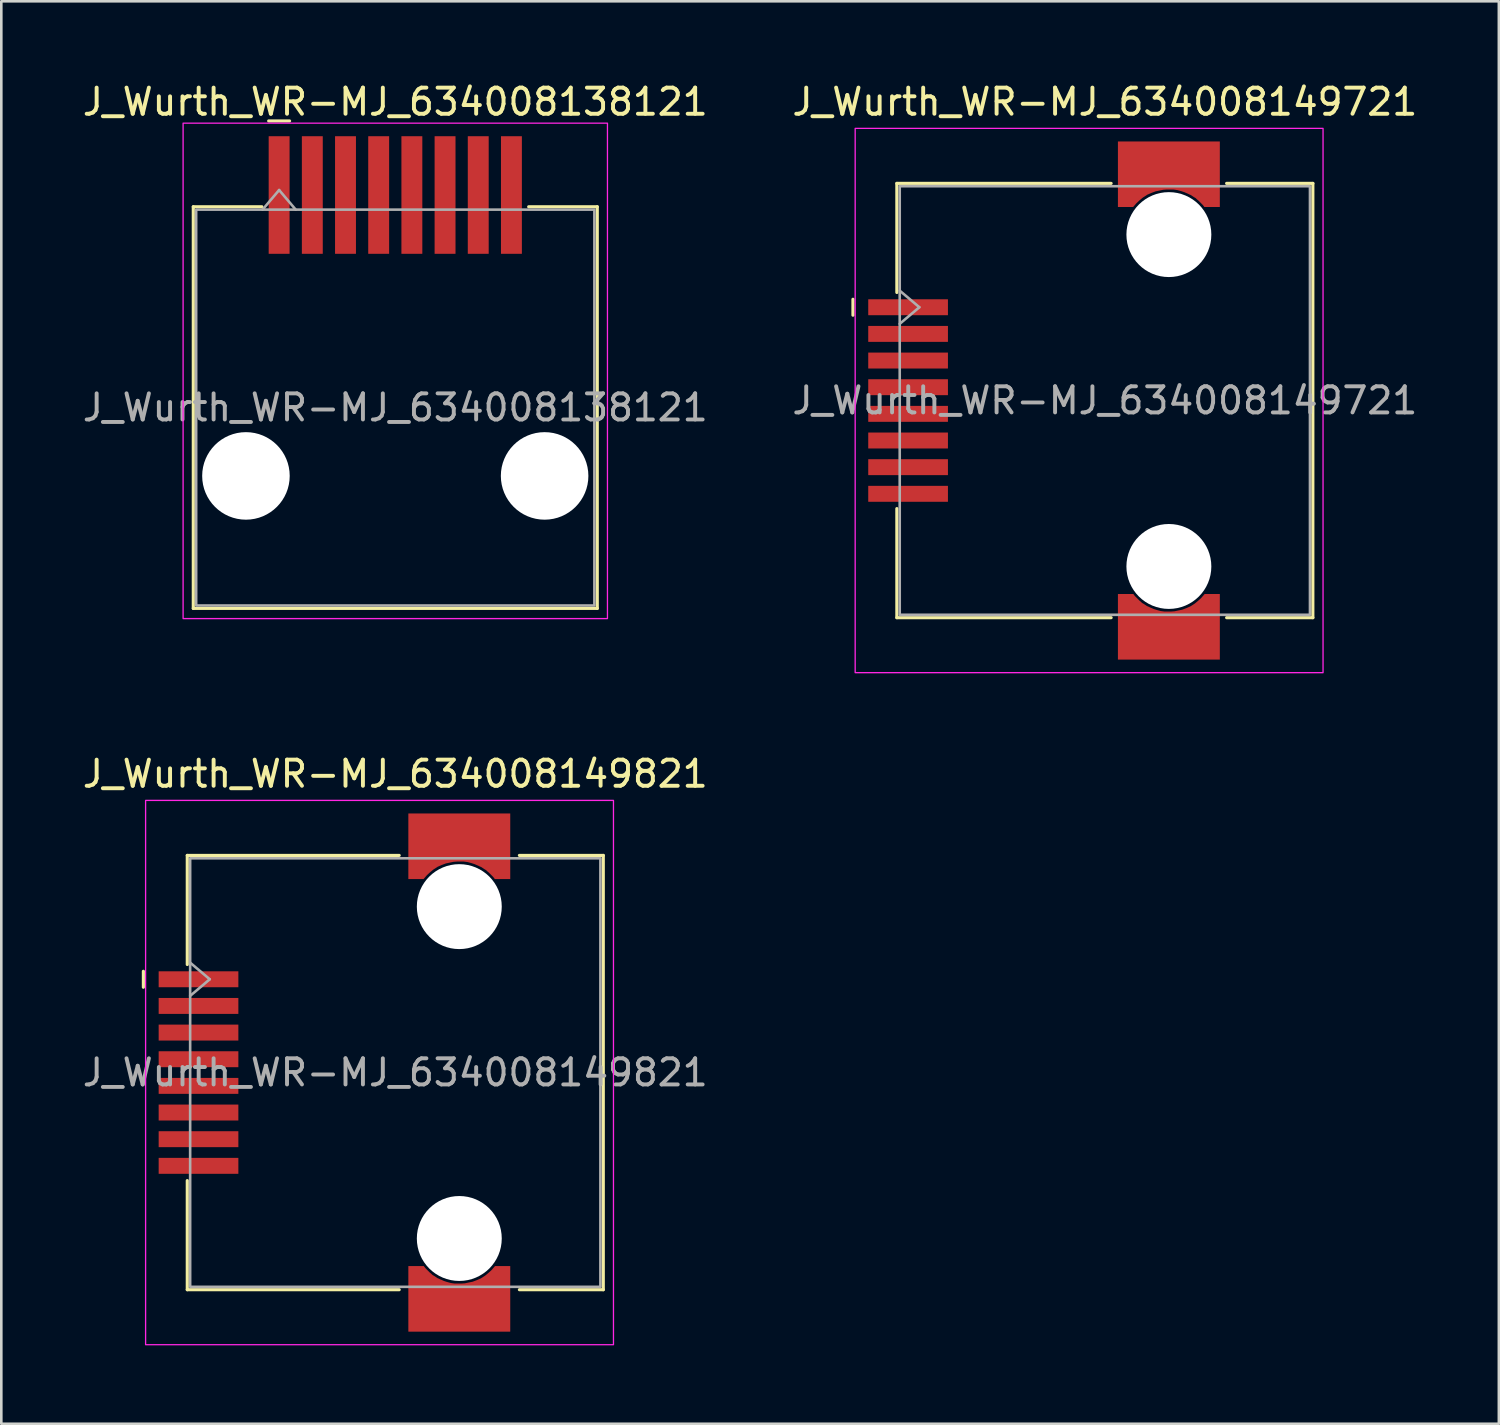
<source format=kicad_pcb>
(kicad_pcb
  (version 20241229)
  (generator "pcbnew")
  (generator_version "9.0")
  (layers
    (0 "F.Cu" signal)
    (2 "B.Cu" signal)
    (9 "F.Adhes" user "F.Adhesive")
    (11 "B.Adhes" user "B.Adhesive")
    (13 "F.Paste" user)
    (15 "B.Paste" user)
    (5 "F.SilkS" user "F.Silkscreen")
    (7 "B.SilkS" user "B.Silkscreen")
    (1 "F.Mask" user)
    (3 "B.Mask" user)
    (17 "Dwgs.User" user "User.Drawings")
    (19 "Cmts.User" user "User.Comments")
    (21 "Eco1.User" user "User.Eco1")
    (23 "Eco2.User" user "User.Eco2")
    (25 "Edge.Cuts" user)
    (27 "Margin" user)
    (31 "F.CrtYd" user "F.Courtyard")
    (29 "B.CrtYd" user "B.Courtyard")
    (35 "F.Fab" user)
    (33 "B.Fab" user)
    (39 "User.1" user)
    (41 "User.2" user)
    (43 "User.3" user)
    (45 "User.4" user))
  (footprint "J_Wurth_WR-MJ_634008149821"
    (layer "F.Cu")
    (at 12.077 37.996)
    (property "Reference" "J_Wurth_WR-MJ_634008149821" (at 0 -11.43 0) (unlocked yes) (layer "F.SilkS") (effects (font (size 1 1) (thickness 0.15))))
    (attr smd)
    (fp_line (start -9.64 -3.875) (end -9.64 -3.265) (stroke (width 0.12) (type solid)) (layer "F.SilkS"))
    (fp_line (start -7.96 -4.135) (end -7.96 -8.31) (stroke (width 0.12) (type solid)) (layer "F.SilkS"))
    (fp_line (start -7.96 4.135) (end -7.96 8.31) (stroke (width 0.12) (type solid)) (layer "F.SilkS"))
    (fp_line (start 0.15 -8.31) (end -7.96 -8.31) (stroke (width 0.12) (type solid)) (layer "F.SilkS"))
    (fp_line (start 0.15 8.31) (end -7.96 8.31) (stroke (width 0.12) (type solid)) (layer "F.SilkS"))
    (fp_line (start 4.75 -8.31) (end 7.96 -8.31) (stroke (width 0.12) (type solid)) (layer "F.SilkS"))
    (fp_line (start 4.75 8.31) (end 7.96 8.31) (stroke (width 0.12) (type solid)) (layer "F.SilkS"))
    (fp_line (start 7.96 -8.31) (end 7.96 8.31) (stroke (width 0.12) (type solid)) (layer "F.SilkS"))
    (fp_rect (start -9.555 -10.415) (end 8.35 10.415) (stroke (width 0.05) (type solid)) (fill no) (layer "F.CrtYd"))
    (fp_line (start -7.1 -3.57) (end -7.85 -4.205) (stroke (width 0.1) (type solid)) (layer "F.Fab"))
    (fp_line (start -7.1 -3.57) (end -7.85 -2.935) (stroke (width 0.1) (type solid)) (layer "F.Fab"))
    (fp_rect (start -7.85 -8.2) (end 7.85 8.2) (stroke (width 0.1) (type solid)) (fill no) (layer "F.Fab"))
    (fp_text user "${REFERENCE}" (at 0 0 0) (unlocked yes) (layer "F.Fab") (effects (font (size 1 1) (thickness 0.15))))
    (pad "" np_thru_hole circle (at 2.45 -6.35 90) (size 3.25 3.25) (drill 3.25) (layers "*.Cu" "*.Mask"))
    (pad "" np_thru_hole circle (at 2.45 6.35 90) (size 3.25 3.25) (drill 3.25) (layers "*.Cu" "*.Mask"))
    (pad "1" smd rect (at -7.53 -3.57 90) (size 0.61 3.05) (layers "F.Cu" "F.Mask" "F.Paste"))
    (pad "2" smd rect (at -7.53 -2.55 90) (size 0.61 3.05) (layers "F.Cu" "F.Mask" "F.Paste"))
    (pad "3" smd rect (at -7.53 -1.53 90) (size 0.61 3.05) (layers "F.Cu" "F.Mask" "F.Paste"))
    (pad "4" smd rect (at -7.53 -0.51 90) (size 0.61 3.05) (layers "F.Cu" "F.Mask" "F.Paste"))
    (pad "5" smd rect (at -7.53 0.51 90) (size 0.61 3.05) (layers "F.Cu" "F.Mask" "F.Paste"))
    (pad "6" smd rect (at -7.53 1.53 90) (size 0.61 3.05) (layers "F.Cu" "F.Mask" "F.Paste"))
    (pad "7" smd rect (at -7.53 2.55 90) (size 0.61 3.05) (layers "F.Cu" "F.Mask" "F.Paste"))
    (pad "8" smd rect (at -7.53 3.57 90) (size 0.61 3.05) (layers "F.Cu" "F.Mask" "F.Paste"))
    (pad "S1" smd custom (at 2.45 9 90) (size 1 3.89) (layers "F.Cu" "F.Mask" "F.Paste") (options (anchor rect)) (primitives (gr_poly (pts (xy 1.59 1.37) (xy 1.59 1.945) (xy -0.91 1.945) (xy -0.91 -1.945) (xy 1.59 -1.945) (xy 1.59 -1.36) (xy 1.56 -1.34) (xy 1.51 -1.3) (xy 1.34 -1.13) (xy 1.3 -1.08) (xy 1.25 -1.03) (xy 1.21 -0.96) (xy 1.13 -0.84) (xy 1.11 -0.79) (xy 1.08 -0.73) (xy 1.06 -0.68) (xy 1.02 -0.59) (xy 0.99 -0.5) (xy 0.97 -0.43) (xy 0.94 -0.32) (xy 0.92 -0.17) (xy 0.92 0.08) (xy 0.93 0.22) (xy 0.96 0.36) (xy 0.99 0.51) (xy 1.05 0.67) (xy 1.12 0.83) (xy 1.23 1) (xy 1.33 1.12) (xy 1.44 1.24)) (width 0.01) (fill yes))))
    (pad "S2" smd custom (at 2.45 -9 90) (size 1 3.89) (layers "F.Cu" "F.Mask" "F.Paste") (options (anchor rect)) (primitives (gr_poly (pts (xy -1.59 -1.37) (xy -1.59 -1.945) (xy 0.91 -1.945) (xy 0.91 1.945) (xy -1.59 1.945) (xy -1.59 1.36) (xy -1.56 1.34) (xy -1.51 1.3) (xy -1.34 1.13) (xy -1.3 1.08) (xy -1.25 1.03) (xy -1.21 0.96) (xy -1.13 0.84) (xy -1.11 0.79) (xy -1.08 0.73) (xy -1.06 0.68) (xy -1.02 0.59) (xy -0.99 0.5) (xy -0.97 0.43) (xy -0.94 0.32) (xy -0.92 0.17) (xy -0.92 -0.08) (xy -0.93 -0.22) (xy -0.96 -0.36) (xy -0.99 -0.51) (xy -1.05 -0.67) (xy -1.12 -0.83) (xy -1.23 -1) (xy -1.33 -1.12) (xy -1.44 -1.24)) (width 0.01) (fill yes)))))
  (footprint "J_Wurth_WR-MJ_634008138121"
    (layer "F.Cu")
    (at 12.077 12.548)
    (property "Reference" "J_Wurth_WR-MJ_634008138121" (at 0 -11.7 0) (unlocked yes) (layer "F.SilkS") (effects (font (size 1 1) (thickness 0.15))))
    (attr smd)
    (fp_line (start -7.73 -7.685) (end -7.73 7.685) (stroke (width 0.12) (type solid)) (layer "F.SilkS"))
    (fp_line (start -5.105 -7.685) (end -7.73 -7.685) (stroke (width 0.12) (type solid)) (layer "F.SilkS"))
    (fp_line (start -4.045 -10.97) (end -4.845 -10.97) (stroke (width 0.12) (type solid)) (layer "F.SilkS"))
    (fp_line (start 5.105 -7.685) (end 7.73 -7.685) (stroke (width 0.12) (type solid)) (layer "F.SilkS"))
    (fp_line (start 7.73 7.685) (end -7.73 7.685) (stroke (width 0.12) (type solid)) (layer "F.SilkS"))
    (fp_line (start 7.73 7.685) (end 7.73 -7.685) (stroke (width 0.12) (type solid)) (layer "F.SilkS"))
    (fp_rect (start -8.12 -10.885) (end 8.12 8.075) (stroke (width 0.05) (type solid)) (fill no) (layer "F.CrtYd"))
    (fp_line (start -4.445 -8.325) (end -5.08 -7.575) (stroke (width 0.1) (type solid)) (layer "F.Fab"))
    (fp_line (start -4.445 -8.325) (end -3.81 -7.575) (stroke (width 0.1) (type solid)) (layer "F.Fab"))
    (fp_rect (start -7.62 -7.575) (end 7.62 7.575) (stroke (width 0.1) (type solid)) (fill no) (layer "F.Fab"))
    (fp_text user "${REFERENCE}" (at 0 0 0) (unlocked yes) (layer "F.Fab") (effects (font (size 1 1) (thickness 0.15))))
    (pad "" np_thru_hole circle (at -5.715 2.615 180) (size 3.35 3.35) (drill 3.35) (layers "*.Cu" "*.Mask"))
    (pad "" np_thru_hole circle (at 5.715 2.615 180) (size 3.35 3.35) (drill 3.35) (layers "*.Cu" "*.Mask"))
    (pad "1" smd rect (at -4.445 -8.135 180) (size 0.8 4.5) (layers "F.Cu" "F.Mask" "F.Paste"))
    (pad "2" smd rect (at -3.175 -8.135 180) (size 0.8 4.5) (layers "F.Cu" "F.Mask" "F.Paste"))
    (pad "3" smd rect (at -1.905 -8.135 180) (size 0.8 4.5) (layers "F.Cu" "F.Mask" "F.Paste"))
    (pad "4" smd rect (at -0.635 -8.135 180) (size 0.8 4.5) (layers "F.Cu" "F.Mask" "F.Paste"))
    (pad "5" smd rect (at 0.635 -8.135 180) (size 0.8 4.5) (layers "F.Cu" "F.Mask" "F.Paste"))
    (pad "6" smd rect (at 1.905 -8.135 180) (size 0.8 4.5) (layers "F.Cu" "F.Mask" "F.Paste"))
    (pad "7" smd rect (at 3.175 -8.135 180) (size 0.8 4.5) (layers "F.Cu" "F.Mask" "F.Paste"))
    (pad "8" smd rect (at 4.445 -8.135 180) (size 0.8 4.5) (layers "F.Cu" "F.Mask" "F.Paste")))
  (footprint "J_Wurth_WR-MJ_634008149721"
    (layer "F.Cu")
    (at 39.232 12.278)
    (property "Reference" "J_Wurth_WR-MJ_634008149721" (at 0 -11.43 0) (unlocked yes) (layer "F.SilkS") (effects (font (size 1 1) (thickness 0.15))))
    (attr smd)
    (fp_line (start -9.64 -3.875) (end -9.64 -3.265) (stroke (width 0.12) (type solid)) (layer "F.SilkS"))
    (fp_line (start -7.96 -4.135) (end -7.96 -8.31) (stroke (width 0.12) (type solid)) (layer "F.SilkS"))
    (fp_line (start -7.96 4.135) (end -7.96 8.31) (stroke (width 0.12) (type solid)) (layer "F.SilkS"))
    (fp_line (start 0.24 -8.31) (end -7.96 -8.31) (stroke (width 0.12) (type solid)) (layer "F.SilkS"))
    (fp_line (start 0.24 8.31) (end -7.96 8.31) (stroke (width 0.12) (type solid)) (layer "F.SilkS"))
    (fp_line (start 4.66 -8.31) (end 7.96 -8.31) (stroke (width 0.12) (type solid)) (layer "F.SilkS"))
    (fp_line (start 4.66 8.31) (end 7.96 8.31) (stroke (width 0.12) (type solid)) (layer "F.SilkS"))
    (fp_line (start 7.96 -8.31) (end 7.96 8.31) (stroke (width 0.12) (type solid)) (layer "F.SilkS"))
    (fp_rect (start -9.555 -10.415) (end 8.35 10.415) (stroke (width 0.05) (type solid)) (fill no) (layer "F.CrtYd"))
    (fp_line (start -7.1 -3.57) (end -7.85 -4.205) (stroke (width 0.1) (type solid)) (layer "F.Fab"))
    (fp_line (start -7.1 -3.57) (end -7.85 -2.935) (stroke (width 0.1) (type solid)) (layer "F.Fab"))
    (fp_rect (start -7.85 -8.2) (end 7.85 8.2) (stroke (width 0.1) (type solid)) (fill no) (layer "F.Fab"))
    (fp_text user "${REFERENCE}" (at 0 0 0) (unlocked yes) (layer "F.Fab") (effects (font (size 1 1) (thickness 0.15))))
    (pad "" np_thru_hole circle (at 2.45 -6.35 90) (size 3.25 3.25) (drill 3.25) (layers "*.Cu" "*.Mask"))
    (pad "" np_thru_hole circle (at 2.45 6.35 90) (size 3.25 3.25) (drill 3.25) (layers "*.Cu" "*.Mask"))
    (pad "1" smd rect (at -7.53 -3.57 90) (size 0.61 3.05) (layers "F.Cu" "F.Mask" "F.Paste"))
    (pad "2" smd rect (at -7.53 -2.55 90) (size 0.61 3.05) (layers "F.Cu" "F.Mask" "F.Paste"))
    (pad "3" smd rect (at -7.53 -1.53 90) (size 0.61 3.05) (layers "F.Cu" "F.Mask" "F.Paste"))
    (pad "4" smd rect (at -7.53 -0.51 90) (size 0.61 3.05) (layers "F.Cu" "F.Mask" "F.Paste"))
    (pad "5" smd rect (at -7.53 0.51 90) (size 0.61 3.05) (layers "F.Cu" "F.Mask" "F.Paste"))
    (pad "6" smd rect (at -7.53 1.53 90) (size 0.61 3.05) (layers "F.Cu" "F.Mask" "F.Paste"))
    (pad "7" smd rect (at -7.53 2.55 90) (size 0.61 3.05) (layers "F.Cu" "F.Mask" "F.Paste"))
    (pad "8" smd rect (at -7.53 3.57 90) (size 0.61 3.05) (layers "F.Cu" "F.Mask" "F.Paste"))
    (pad "S1" smd custom (at 2.45 9 90) (size 1 3.89) (layers "F.Cu" "F.Mask" "F.Paste") (options (anchor rect)) (primitives (gr_poly (pts (xy 1.59 1.37) (xy 1.59 1.945) (xy -0.91 1.945) (xy -0.91 -1.945) (xy 1.59 -1.945) (xy 1.59 -1.36) (xy 1.56 -1.34) (xy 1.51 -1.3) (xy 1.34 -1.13) (xy 1.3 -1.08) (xy 1.25 -1.03) (xy 1.21 -0.96) (xy 1.13 -0.84) (xy 1.11 -0.79) (xy 1.08 -0.73) (xy 1.06 -0.68) (xy 1.02 -0.59) (xy 0.99 -0.5) (xy 0.97 -0.43) (xy 0.94 -0.32) (xy 0.92 -0.17) (xy 0.92 0.08) (xy 0.93 0.22) (xy 0.96 0.36) (xy 0.99 0.51) (xy 1.05 0.67) (xy 1.12 0.83) (xy 1.23 1) (xy 1.33 1.12) (xy 1.44 1.24)) (width 0.01) (fill yes))))
    (pad "S2" smd custom (at 2.45 -9 90) (size 1 3.89) (layers "F.Cu" "F.Mask" "F.Paste") (options (anchor rect)) (primitives (gr_poly (pts (xy -1.59 -1.37) (xy -1.59 -1.945) (xy 0.91 -1.945) (xy 0.91 1.945) (xy -1.59 1.945) (xy -1.59 1.36) (xy -1.56 1.34) (xy -1.51 1.3) (xy -1.34 1.13) (xy -1.3 1.08) (xy -1.25 1.03) (xy -1.21 0.96) (xy -1.13 0.84) (xy -1.11 0.79) (xy -1.08 0.73) (xy -1.06 0.68) (xy -1.02 0.59) (xy -0.99 0.5) (xy -0.97 0.43) (xy -0.94 0.32) (xy -0.92 0.17) (xy -0.92 -0.08) (xy -0.93 -0.22) (xy -0.96 -0.36) (xy -0.99 -0.51) (xy -1.05 -0.67) (xy -1.12 -0.83) (xy -1.23 -1) (xy -1.33 -1.12) (xy -1.44 -1.24)) (width 0.01) (fill yes)))))
  (gr_rect
    (start -3 -3)
    (end 54.31 51.437)
    (stroke (width 0.1) (type default))
    (fill no)
    (layer "Edge.Cuts")))
</source>
